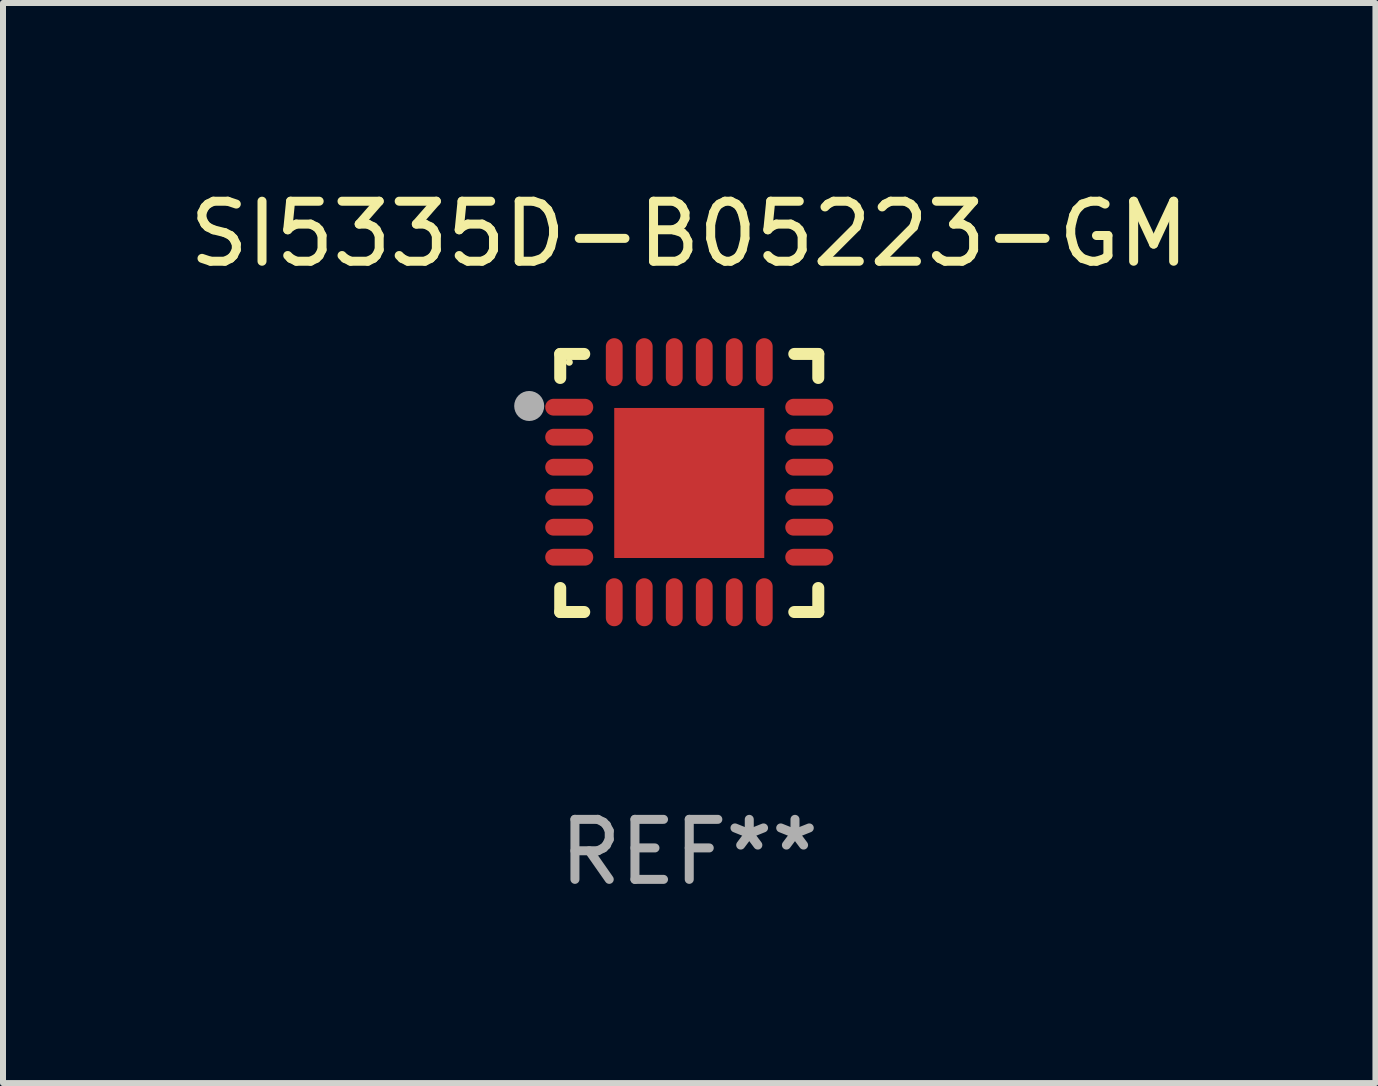
<source format=kicad_pcb>
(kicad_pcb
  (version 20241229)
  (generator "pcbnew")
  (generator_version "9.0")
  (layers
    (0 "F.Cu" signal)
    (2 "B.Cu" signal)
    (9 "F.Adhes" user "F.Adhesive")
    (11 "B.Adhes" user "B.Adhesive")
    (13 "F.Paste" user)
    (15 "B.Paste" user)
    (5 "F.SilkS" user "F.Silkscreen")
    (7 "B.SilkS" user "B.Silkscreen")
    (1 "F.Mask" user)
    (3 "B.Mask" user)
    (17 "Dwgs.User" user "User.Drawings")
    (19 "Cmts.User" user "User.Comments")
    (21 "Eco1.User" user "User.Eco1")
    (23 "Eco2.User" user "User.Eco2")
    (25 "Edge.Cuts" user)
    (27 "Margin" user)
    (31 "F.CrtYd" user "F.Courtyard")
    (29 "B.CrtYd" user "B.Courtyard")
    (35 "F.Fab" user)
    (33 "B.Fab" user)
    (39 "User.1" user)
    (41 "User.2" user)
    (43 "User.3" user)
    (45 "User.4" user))
  (footprint "SI5335D-B05223-GM"
    (layer "F.Cu")
    (at 8.435 4.998)
    (property "Reference" "SI5335D-B05223-GM" (at 0 -4.15 0) (layer "F.SilkS") (effects (font (size 1 1) (thickness 0.15))))
    (attr through_hole)
    (fp_line (start -2.15 -2.15) (end -1.75 -2.15) (stroke (width 0.2) (type solid)) (layer "F.SilkS"))
    (fp_line (start -2.15 -1.75) (end -2.15 -2.15) (stroke (width 0.2) (type solid)) (layer "F.SilkS"))
    (fp_line (start -2.15 2.15) (end -2.15 1.75) (stroke (width 0.2) (type solid)) (layer "F.SilkS"))
    (fp_line (start -1.75 2.15) (end -2.15 2.15) (stroke (width 0.2) (type solid)) (layer "F.SilkS"))
    (fp_line (start 1.75 -2.15) (end 2.15 -2.15) (stroke (width 0.2) (type solid)) (layer "F.SilkS"))
    (fp_line (start 1.75 2.15) (end 2.15 2.15) (stroke (width 0.2) (type solid)) (layer "F.SilkS"))
    (fp_line (start 2.15 -2.15) (end 2.15 -1.75) (stroke (width 0.2) (type solid)) (layer "F.SilkS"))
    (fp_line (start 2.15 2.15) (end 2.15 1.75) (stroke (width 0.2) (type solid)) (layer "F.SilkS"))
    (fp_circle (center -2 -2.013) (end -1.97 -2.013) (stroke (width 0.06) (type solid)) (fill no) (layer "F.SilkS"))
    (fp_circle (center -2.667 -1.283) (end -2.542 -1.283) (stroke (width 0.25) (type solid)) (fill no) (layer "F.Fab"))
    (fp_text user "REF**" (at 0 6.15 0) (layer "F.Fab") (effects (font (size 1 1) (thickness 0.15))))
    (pad "1" smd oval (at -2 -1.263) (size 0.8 0.28) (layers "F.Cu" "F.Mask" "F.Paste"))
    (pad "2" smd oval (at -2 -0.763) (size 0.8 0.28) (layers "F.Cu" "F.Mask" "F.Paste"))
    (pad "3" smd oval (at -2 -0.263) (size 0.8 0.28) (layers "F.Cu" "F.Mask" "F.Paste"))
    (pad "4" smd oval (at -2 0.237) (size 0.8 0.28) (layers "F.Cu" "F.Mask" "F.Paste"))
    (pad "5" smd oval (at -2 0.737) (size 0.8 0.28) (layers "F.Cu" "F.Mask" "F.Paste"))
    (pad "6" smd oval (at -2 1.237) (size 0.8 0.28) (layers "F.Cu" "F.Mask" "F.Paste"))
    (pad "7" smd oval (at -1.25 1.987) (size 0.28 0.8) (layers "F.Cu" "F.Mask" "F.Paste"))
    (pad "8" smd oval (at -0.75 1.987) (size 0.28 0.8) (layers "F.Cu" "F.Mask" "F.Paste"))
    (pad "9" smd oval (at -0.25 1.987) (size 0.28 0.8) (layers "F.Cu" "F.Mask" "F.Paste"))
    (pad "10" smd oval (at 0.25 1.987) (size 0.28 0.8) (layers "F.Cu" "F.Mask" "F.Paste"))
    (pad "11" smd oval (at 0.75 1.987) (size 0.28 0.8) (layers "F.Cu" "F.Mask" "F.Paste"))
    (pad "12" smd oval (at 1.25 1.987) (size 0.28 0.8) (layers "F.Cu" "F.Mask" "F.Paste"))
    (pad "13" smd oval (at 2 1.237) (size 0.8 0.28) (layers "F.Cu" "F.Mask" "F.Paste"))
    (pad "14" smd oval (at 2 0.737) (size 0.8 0.28) (layers "F.Cu" "F.Mask" "F.Paste"))
    (pad "15" smd oval (at 2 0.237) (size 0.8 0.28) (layers "F.Cu" "F.Mask" "F.Paste"))
    (pad "16" smd oval (at 2 -0.263) (size 0.8 0.28) (layers "F.Cu" "F.Mask" "F.Paste"))
    (pad "17" smd oval (at 2 -0.763) (size 0.8 0.28) (layers "F.Cu" "F.Mask" "F.Paste"))
    (pad "18" smd oval (at 2 -1.263) (size 0.8 0.28) (layers "F.Cu" "F.Mask" "F.Paste"))
    (pad "19" smd oval (at 1.25 -2.013) (size 0.28 0.8) (layers "F.Cu" "F.Mask" "F.Paste"))
    (pad "20" smd oval (at 0.75 -2.013) (size 0.28 0.8) (layers "F.Cu" "F.Mask" "F.Paste"))
    (pad "21" smd oval (at 0.25 -2.013) (size 0.28 0.8) (layers "F.Cu" "F.Mask" "F.Paste"))
    (pad "22" smd oval (at -0.25 -2.013) (size 0.28 0.8) (layers "F.Cu" "F.Mask" "F.Paste"))
    (pad "23" smd oval (at -0.75 -2.013) (size 0.28 0.8) (layers "F.Cu" "F.Mask" "F.Paste"))
    (pad "24" smd oval (at -1.25 -2.013) (size 0.28 0.8) (layers "F.Cu" "F.Mask" "F.Paste"))
    (pad "25" smd rect (at -0.000127 -0.00014) (size 2.5 2.5) (layers "F.Cu" "F.Mask" "F.Paste")))
  (gr_rect
    (start -3 -3)
    (end 19.869 14.997)
    (stroke (width 0.1) (type default))
    (fill no)
    (layer "Edge.Cuts")))
</source>
